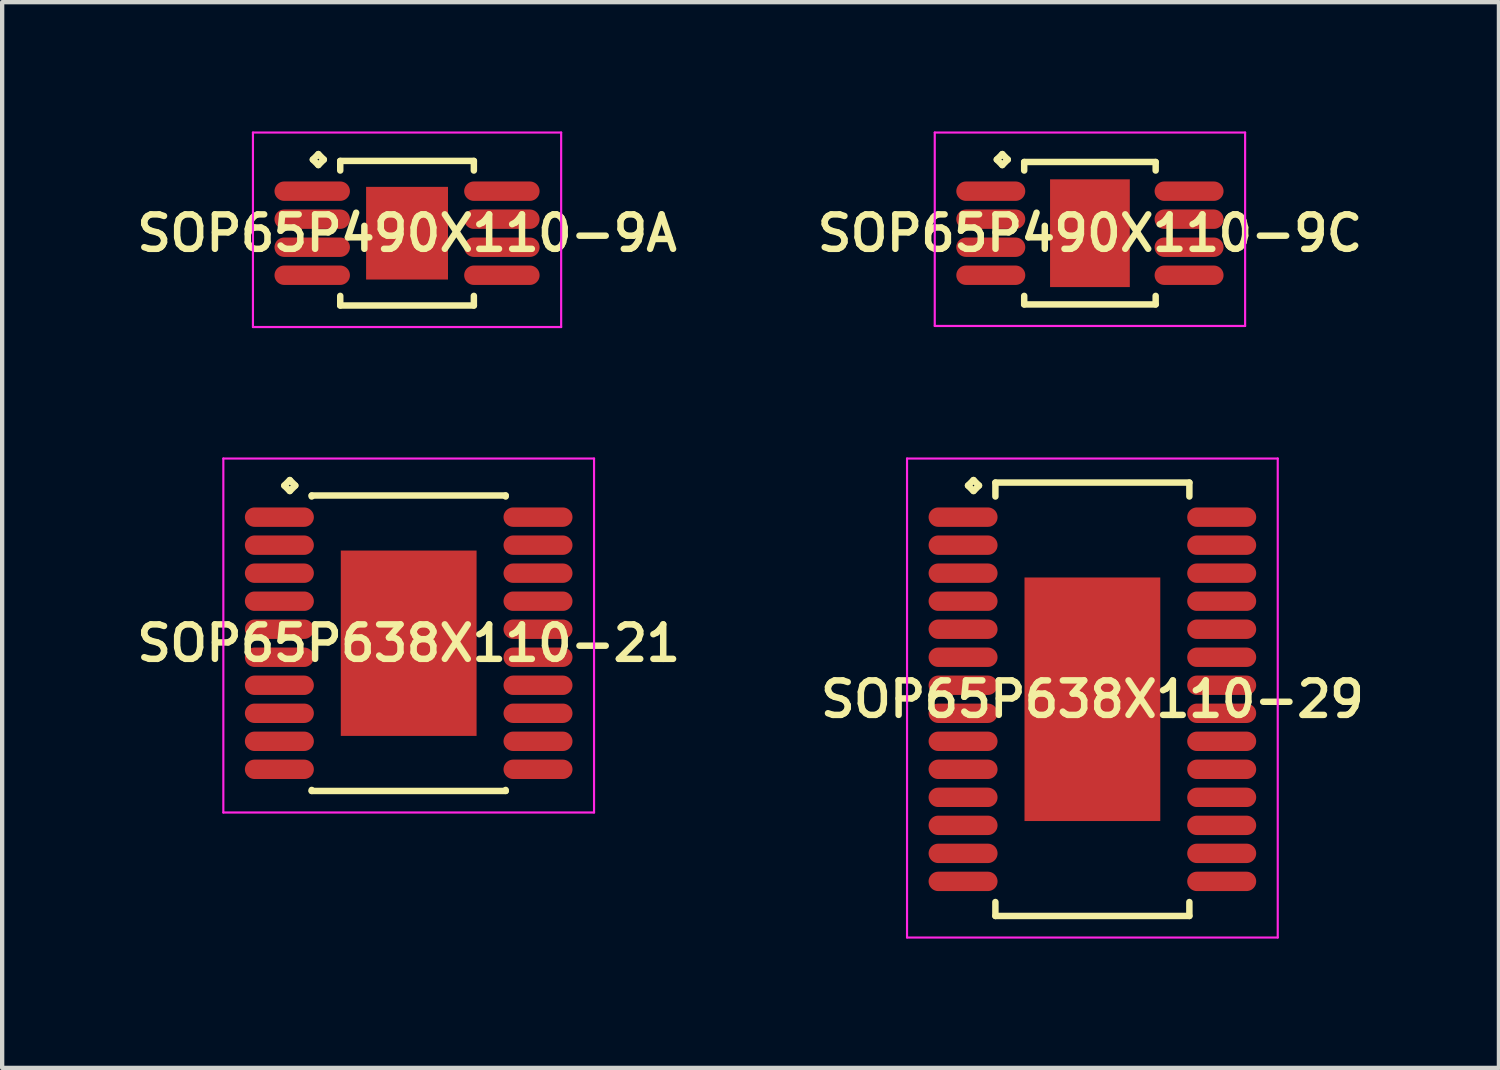
<source format=kicad_pcb>
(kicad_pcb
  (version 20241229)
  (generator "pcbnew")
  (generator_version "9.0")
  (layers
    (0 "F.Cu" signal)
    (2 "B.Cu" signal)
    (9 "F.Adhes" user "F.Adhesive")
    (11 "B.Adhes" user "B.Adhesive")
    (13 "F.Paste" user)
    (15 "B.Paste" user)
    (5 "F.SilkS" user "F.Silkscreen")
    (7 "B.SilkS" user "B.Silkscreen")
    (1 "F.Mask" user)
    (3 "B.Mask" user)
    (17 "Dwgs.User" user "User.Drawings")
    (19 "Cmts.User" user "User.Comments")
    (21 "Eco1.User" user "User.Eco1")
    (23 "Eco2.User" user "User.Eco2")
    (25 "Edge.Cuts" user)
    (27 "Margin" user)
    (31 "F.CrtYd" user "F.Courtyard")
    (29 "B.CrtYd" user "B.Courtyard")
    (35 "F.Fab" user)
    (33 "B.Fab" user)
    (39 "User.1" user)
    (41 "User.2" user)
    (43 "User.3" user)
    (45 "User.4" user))
  (footprint "SOP65P638X110-29"
    (layer "F.Cu")
    (at 22.292 13.172)
    (property "Reference" "SOP65P638X110-29" (at 0 0 0) (layer "F.SilkS") (effects (font (size 0.8 0.8) (thickness 0.15))))
    (attr smd)
    (fp_line (start -2.885 -4.958) (end -2.758 -5.085) (stroke (width 0.15) (type solid)) (layer "F.SilkS"))
    (fp_line (start -2.758 -5.085) (end -2.631 -4.958) (stroke (width 0.15) (type solid)) (layer "F.SilkS"))
    (fp_line (start -2.758 -4.831) (end -2.885 -4.958) (stroke (width 0.15) (type solid)) (layer "F.SilkS"))
    (fp_line (start -2.631 -4.958) (end -2.758 -4.831) (stroke (width 0.15) (type solid)) (layer "F.SilkS"))
    (fp_line (start -2.25 -5.027) (end 2.25 -5.027) (stroke (width 0.15) (type solid)) (layer "F.SilkS"))
    (fp_line (start -2.25 -4.704) (end -2.25 -5.027) (stroke (width 0.15) (type solid)) (layer "F.SilkS"))
    (fp_line (start -2.25 4.704) (end -2.25 5.027) (stroke (width 0.15) (type solid)) (layer "F.SilkS"))
    (fp_line (start -2.25 5.027) (end 2.25 5.027) (stroke (width 0.15) (type solid)) (layer "F.SilkS"))
    (fp_line (start 2.25 -5.027) (end 2.25 -4.704) (stroke (width 0.15) (type solid)) (layer "F.SilkS"))
    (fp_line (start 2.25 5.027) (end 2.25 4.704) (stroke (width 0.15) (type solid)) (layer "F.SilkS"))
    (fp_line (start -4.3 -5.585) (end 4.3 -5.585) (stroke (width 0.05) (type solid)) (layer "F.CrtYd"))
    (fp_line (start -4.3 5.527) (end -4.3 -5.585) (stroke (width 0.05) (type solid)) (layer "F.CrtYd"))
    (fp_line (start 4.3 -5.585) (end 4.3 5.527) (stroke (width 0.05) (type solid)) (layer "F.CrtYd"))
    (fp_line (start 4.3 5.527) (end -4.3 5.527) (stroke (width 0.05) (type solid)) (layer "F.CrtYd"))
    (pad "1" smd oval (at -3 -4.225) (size 1.6 0.45) (layers "F.Cu" "F.Mask" "F.Paste"))
    (pad "2" smd oval (at -3 -3.575) (size 1.6 0.45) (layers "F.Cu" "F.Mask" "F.Paste"))
    (pad "3" smd oval (at -3 -2.925) (size 1.6 0.45) (layers "F.Cu" "F.Mask" "F.Paste"))
    (pad "4" smd oval (at -3 -2.275) (size 1.6 0.45) (layers "F.Cu" "F.Mask" "F.Paste"))
    (pad "5" smd oval (at -3 -1.625) (size 1.6 0.45) (layers "F.Cu" "F.Mask" "F.Paste"))
    (pad "6" smd oval (at -3 -0.975) (size 1.6 0.45) (layers "F.Cu" "F.Mask" "F.Paste"))
    (pad "7" smd oval (at -3 -0.325) (size 1.6 0.45) (layers "F.Cu" "F.Mask" "F.Paste"))
    (pad "8" smd oval (at -3 0.325) (size 1.6 0.45) (layers "F.Cu" "F.Mask" "F.Paste"))
    (pad "9" smd oval (at -3 0.975) (size 1.6 0.45) (layers "F.Cu" "F.Mask" "F.Paste"))
    (pad "10" smd oval (at -3 1.625) (size 1.6 0.45) (layers "F.Cu" "F.Mask" "F.Paste"))
    (pad "11" smd oval (at -3 2.275) (size 1.6 0.45) (layers "F.Cu" "F.Mask" "F.Paste"))
    (pad "12" smd oval (at -3 2.925) (size 1.6 0.45) (layers "F.Cu" "F.Mask" "F.Paste"))
    (pad "13" smd oval (at -3 3.575) (size 1.6 0.45) (layers "F.Cu" "F.Mask" "F.Paste"))
    (pad "14" smd oval (at -3 4.225) (size 1.6 0.45) (layers "F.Cu" "F.Mask" "F.Paste"))
    (pad "15" smd oval (at 3 4.225) (size 1.6 0.45) (layers "F.Cu" "F.Mask" "F.Paste"))
    (pad "16" smd oval (at 3 3.575) (size 1.6 0.45) (layers "F.Cu" "F.Mask" "F.Paste"))
    (pad "17" smd oval (at 3 2.925) (size 1.6 0.45) (layers "F.Cu" "F.Mask" "F.Paste"))
    (pad "18" smd oval (at 3 2.275) (size 1.6 0.45) (layers "F.Cu" "F.Mask" "F.Paste"))
    (pad "19" smd oval (at 3 1.625) (size 1.6 0.45) (layers "F.Cu" "F.Mask" "F.Paste"))
    (pad "20" smd oval (at 3 0.975) (size 1.6 0.45) (layers "F.Cu" "F.Mask" "F.Paste"))
    (pad "21" smd oval (at 3 0.325) (size 1.6 0.45) (layers "F.Cu" "F.Mask" "F.Paste"))
    (pad "22" smd oval (at 3 -0.325) (size 1.6 0.45) (layers "F.Cu" "F.Mask" "F.Paste"))
    (pad "23" smd oval (at 3 -0.975) (size 1.6 0.45) (layers "F.Cu" "F.Mask" "F.Paste"))
    (pad "24" smd oval (at 3 -1.625) (size 1.6 0.45) (layers "F.Cu" "F.Mask" "F.Paste"))
    (pad "25" smd oval (at 3 -2.275) (size 1.6 0.45) (layers "F.Cu" "F.Mask" "F.Paste"))
    (pad "26" smd oval (at 3 -2.925) (size 1.6 0.45) (layers "F.Cu" "F.Mask" "F.Paste"))
    (pad "27" smd oval (at 3 -3.575) (size 1.6 0.45) (layers "F.Cu" "F.Mask" "F.Paste"))
    (pad "28" smd oval (at 3 -4.225) (size 1.6 0.45) (layers "F.Cu" "F.Mask" "F.Paste"))
    (pad "29" smd rect (at 0 0) (size 3.15 5.65) (layers "F.Cu" "F.Mask" "F.Paste")))
  (footprint "SOP65P490X110-9A"
    (layer "F.Cu")
    (at 6.393 2.36)
    (property "Reference" "SOP65P490X110-9A" (at 0 0 0) (layer "F.SilkS") (effects (font (size 0.8 0.8) (thickness 0.15))))
    (attr smd)
    (fp_line (start -2.185 -1.708) (end -2.058 -1.835) (stroke (width 0.15) (type solid)) (layer "F.SilkS"))
    (fp_line (start -2.058 -1.835) (end -1.931 -1.708) (stroke (width 0.15) (type solid)) (layer "F.SilkS"))
    (fp_line (start -2.058 -1.581) (end -2.185 -1.708) (stroke (width 0.15) (type solid)) (layer "F.SilkS"))
    (fp_line (start -1.931 -1.708) (end -2.058 -1.581) (stroke (width 0.15) (type solid)) (layer "F.SilkS"))
    (fp_line (start -1.55 -1.677) (end 1.55 -1.677) (stroke (width 0.15) (type solid)) (layer "F.SilkS"))
    (fp_line (start -1.55 -1.454) (end -1.55 -1.677) (stroke (width 0.15) (type solid)) (layer "F.SilkS"))
    (fp_line (start -1.55 1.454) (end -1.55 1.677) (stroke (width 0.15) (type solid)) (layer "F.SilkS"))
    (fp_line (start -1.55 1.677) (end 1.55 1.677) (stroke (width 0.15) (type solid)) (layer "F.SilkS"))
    (fp_line (start 1.55 -1.677) (end 1.55 -1.454) (stroke (width 0.15) (type solid)) (layer "F.SilkS"))
    (fp_line (start 1.55 1.677) (end 1.55 1.454) (stroke (width 0.15) (type solid)) (layer "F.SilkS"))
    (fp_line (start -3.575 -2.335) (end 3.575 -2.335) (stroke (width 0.05) (type solid)) (layer "F.CrtYd"))
    (fp_line (start -3.575 2.177) (end -3.575 -2.335) (stroke (width 0.05) (type solid)) (layer "F.CrtYd"))
    (fp_line (start 3.575 -2.335) (end 3.575 2.177) (stroke (width 0.05) (type solid)) (layer "F.CrtYd"))
    (fp_line (start 3.575 2.177) (end -3.575 2.177) (stroke (width 0.05) (type solid)) (layer "F.CrtYd"))
    (pad "1" smd oval (at -2.2 -0.975) (size 1.75 0.45) (layers "F.Cu" "F.Mask" "F.Paste"))
    (pad "2" smd oval (at -2.2 -0.325) (size 1.75 0.45) (layers "F.Cu" "F.Mask" "F.Paste"))
    (pad "3" smd oval (at -2.2 0.325) (size 1.75 0.45) (layers "F.Cu" "F.Mask" "F.Paste"))
    (pad "4" smd oval (at -2.2 0.975) (size 1.75 0.45) (layers "F.Cu" "F.Mask" "F.Paste"))
    (pad "5" smd oval (at 2.2 0.975) (size 1.75 0.45) (layers "F.Cu" "F.Mask" "F.Paste"))
    (pad "6" smd oval (at 2.2 0.325) (size 1.75 0.45) (layers "F.Cu" "F.Mask" "F.Paste"))
    (pad "7" smd oval (at 2.2 -0.325) (size 1.75 0.45) (layers "F.Cu" "F.Mask" "F.Paste"))
    (pad "8" smd oval (at 2.2 -0.975) (size 1.75 0.45) (layers "F.Cu" "F.Mask" "F.Paste"))
    (pad "9" smd rect (at 0 0) (size 1.9 2.15) (layers "F.Cu" "F.Mask" "F.Paste")))
  (footprint "SOP65P638X110-21"
    (layer "F.Cu")
    (at 6.431 11.872)
    (property "Reference" "SOP65P638X110-21" (at 0 0 0) (layer "F.SilkS") (effects (font (size 0.8 0.8) (thickness 0.15))))
    (attr smd)
    (fp_line (start -2.885 -3.658) (end -2.758 -3.785) (stroke (width 0.15) (type solid)) (layer "F.SilkS"))
    (fp_line (start -2.758 -3.785) (end -2.631 -3.658) (stroke (width 0.15) (type solid)) (layer "F.SilkS"))
    (fp_line (start -2.758 -3.531) (end -2.885 -3.658) (stroke (width 0.15) (type solid)) (layer "F.SilkS"))
    (fp_line (start -2.631 -3.658) (end -2.758 -3.531) (stroke (width 0.15) (type solid)) (layer "F.SilkS"))
    (fp_line (start -2.25 -3.427) (end 2.25 -3.427) (stroke (width 0.15) (type solid)) (layer "F.SilkS"))
    (fp_line (start -2.25 -3.404) (end -2.25 -3.427) (stroke (width 0.15) (type solid)) (layer "F.SilkS"))
    (fp_line (start -2.25 3.404) (end -2.25 3.427) (stroke (width 0.15) (type solid)) (layer "F.SilkS"))
    (fp_line (start -2.25 3.427) (end 2.25 3.427) (stroke (width 0.15) (type solid)) (layer "F.SilkS"))
    (fp_line (start 2.25 -3.427) (end 2.25 -3.404) (stroke (width 0.15) (type solid)) (layer "F.SilkS"))
    (fp_line (start 2.25 3.427) (end 2.25 3.404) (stroke (width 0.15) (type solid)) (layer "F.SilkS"))
    (fp_line (start -4.3 -4.285) (end 4.3 -4.285) (stroke (width 0.05) (type solid)) (layer "F.CrtYd"))
    (fp_line (start -4.3 3.927) (end -4.3 -4.285) (stroke (width 0.05) (type solid)) (layer "F.CrtYd"))
    (fp_line (start 4.3 -4.285) (end 4.3 3.927) (stroke (width 0.05) (type solid)) (layer "F.CrtYd"))
    (fp_line (start 4.3 3.927) (end -4.3 3.927) (stroke (width 0.05) (type solid)) (layer "F.CrtYd"))
    (pad "1" smd oval (at -3 -2.925) (size 1.6 0.45) (layers "F.Cu" "F.Mask" "F.Paste"))
    (pad "2" smd oval (at -3 -2.275) (size 1.6 0.45) (layers "F.Cu" "F.Mask" "F.Paste"))
    (pad "3" smd oval (at -3 -1.625) (size 1.6 0.45) (layers "F.Cu" "F.Mask" "F.Paste"))
    (pad "4" smd oval (at -3 -0.975) (size 1.6 0.45) (layers "F.Cu" "F.Mask" "F.Paste"))
    (pad "5" smd oval (at -3 -0.325) (size 1.6 0.45) (layers "F.Cu" "F.Mask" "F.Paste"))
    (pad "6" smd oval (at -3 0.325) (size 1.6 0.45) (layers "F.Cu" "F.Mask" "F.Paste"))
    (pad "7" smd oval (at -3 0.975) (size 1.6 0.45) (layers "F.Cu" "F.Mask" "F.Paste"))
    (pad "8" smd oval (at -3 1.625) (size 1.6 0.45) (layers "F.Cu" "F.Mask" "F.Paste"))
    (pad "9" smd oval (at -3 2.275) (size 1.6 0.45) (layers "F.Cu" "F.Mask" "F.Paste"))
    (pad "10" smd oval (at -3 2.925) (size 1.6 0.45) (layers "F.Cu" "F.Mask" "F.Paste"))
    (pad "11" smd oval (at 3 2.925) (size 1.6 0.45) (layers "F.Cu" "F.Mask" "F.Paste"))
    (pad "12" smd oval (at 3 2.275) (size 1.6 0.45) (layers "F.Cu" "F.Mask" "F.Paste"))
    (pad "13" smd oval (at 3 1.625) (size 1.6 0.45) (layers "F.Cu" "F.Mask" "F.Paste"))
    (pad "14" smd oval (at 3 0.975) (size 1.6 0.45) (layers "F.Cu" "F.Mask" "F.Paste"))
    (pad "15" smd oval (at 3 0.325) (size 1.6 0.45) (layers "F.Cu" "F.Mask" "F.Paste"))
    (pad "16" smd oval (at 3 -0.325) (size 1.6 0.45) (layers "F.Cu" "F.Mask" "F.Paste"))
    (pad "17" smd oval (at 3 -0.975) (size 1.6 0.45) (layers "F.Cu" "F.Mask" "F.Paste"))
    (pad "18" smd oval (at 3 -1.625) (size 1.6 0.45) (layers "F.Cu" "F.Mask" "F.Paste"))
    (pad "19" smd oval (at 3 -2.275) (size 1.6 0.45) (layers "F.Cu" "F.Mask" "F.Paste"))
    (pad "20" smd oval (at 3 -2.925) (size 1.6 0.45) (layers "F.Cu" "F.Mask" "F.Paste"))
    (pad "21" smd rect (at 0 0) (size 3.15 4.3) (layers "F.Cu" "F.Mask" "F.Paste")))
  (footprint "SOP65P490X110-9C"
    (layer "F.Cu")
    (at 22.235 2.36)
    (property "Reference" "SOP65P490X110-9C" (at 0 0 0) (layer "F.SilkS") (effects (font (size 0.8 0.8) (thickness 0.15))))
    (attr smd)
    (fp_line (start -2.16 -1.708) (end -2.033 -1.835) (stroke (width 0.15) (type solid)) (layer "F.SilkS"))
    (fp_line (start -2.033 -1.835) (end -1.906 -1.708) (stroke (width 0.15) (type solid)) (layer "F.SilkS"))
    (fp_line (start -2.033 -1.581) (end -2.16 -1.708) (stroke (width 0.15) (type solid)) (layer "F.SilkS"))
    (fp_line (start -1.906 -1.708) (end -2.033 -1.581) (stroke (width 0.15) (type solid)) (layer "F.SilkS"))
    (fp_line (start -1.525 -1.652) (end 1.525 -1.652) (stroke (width 0.15) (type solid)) (layer "F.SilkS"))
    (fp_line (start -1.525 -1.454) (end -1.525 -1.652) (stroke (width 0.15) (type solid)) (layer "F.SilkS"))
    (fp_line (start -1.525 1.454) (end -1.525 1.652) (stroke (width 0.15) (type solid)) (layer "F.SilkS"))
    (fp_line (start -1.525 1.652) (end 1.525 1.652) (stroke (width 0.15) (type solid)) (layer "F.SilkS"))
    (fp_line (start 1.525 -1.652) (end 1.525 -1.454) (stroke (width 0.15) (type solid)) (layer "F.SilkS"))
    (fp_line (start 1.525 1.652) (end 1.525 1.454) (stroke (width 0.15) (type solid)) (layer "F.SilkS"))
    (fp_line (start -3.6 -2.335) (end 3.6 -2.335) (stroke (width 0.05) (type solid)) (layer "F.CrtYd"))
    (fp_line (start -3.6 2.152) (end -3.6 -2.335) (stroke (width 0.05) (type solid)) (layer "F.CrtYd"))
    (fp_line (start 3.6 -2.335) (end 3.6 2.152) (stroke (width 0.05) (type solid)) (layer "F.CrtYd"))
    (fp_line (start 3.6 2.152) (end -3.6 2.152) (stroke (width 0.05) (type solid)) (layer "F.CrtYd"))
    (pad "1" smd oval (at -2.3 -0.975) (size 1.6 0.45) (layers "F.Cu" "F.Mask" "F.Paste"))
    (pad "2" smd oval (at -2.3 -0.325) (size 1.6 0.45) (layers "F.Cu" "F.Mask" "F.Paste"))
    (pad "3" smd oval (at -2.3 0.325) (size 1.6 0.45) (layers "F.Cu" "F.Mask" "F.Paste"))
    (pad "4" smd oval (at -2.3 0.975) (size 1.6 0.45) (layers "F.Cu" "F.Mask" "F.Paste"))
    (pad "5" smd oval (at 2.3 0.975) (size 1.6 0.45) (layers "F.Cu" "F.Mask" "F.Paste"))
    (pad "6" smd oval (at 2.3 0.325) (size 1.6 0.45) (layers "F.Cu" "F.Mask" "F.Paste"))
    (pad "7" smd oval (at 2.3 -0.325) (size 1.6 0.45) (layers "F.Cu" "F.Mask" "F.Paste"))
    (pad "8" smd oval (at 2.3 -0.975) (size 1.6 0.45) (layers "F.Cu" "F.Mask" "F.Paste"))
    (pad "9" smd rect (at 0 0) (size 1.85 2.5) (layers "F.Cu" "F.Mask" "F.Paste")))
  (gr_rect
    (start -3 -3)
    (end 31.723 21.724)
    (stroke (width 0.1) (type default))
    (fill no)
    (layer "Edge.Cuts")))
</source>
